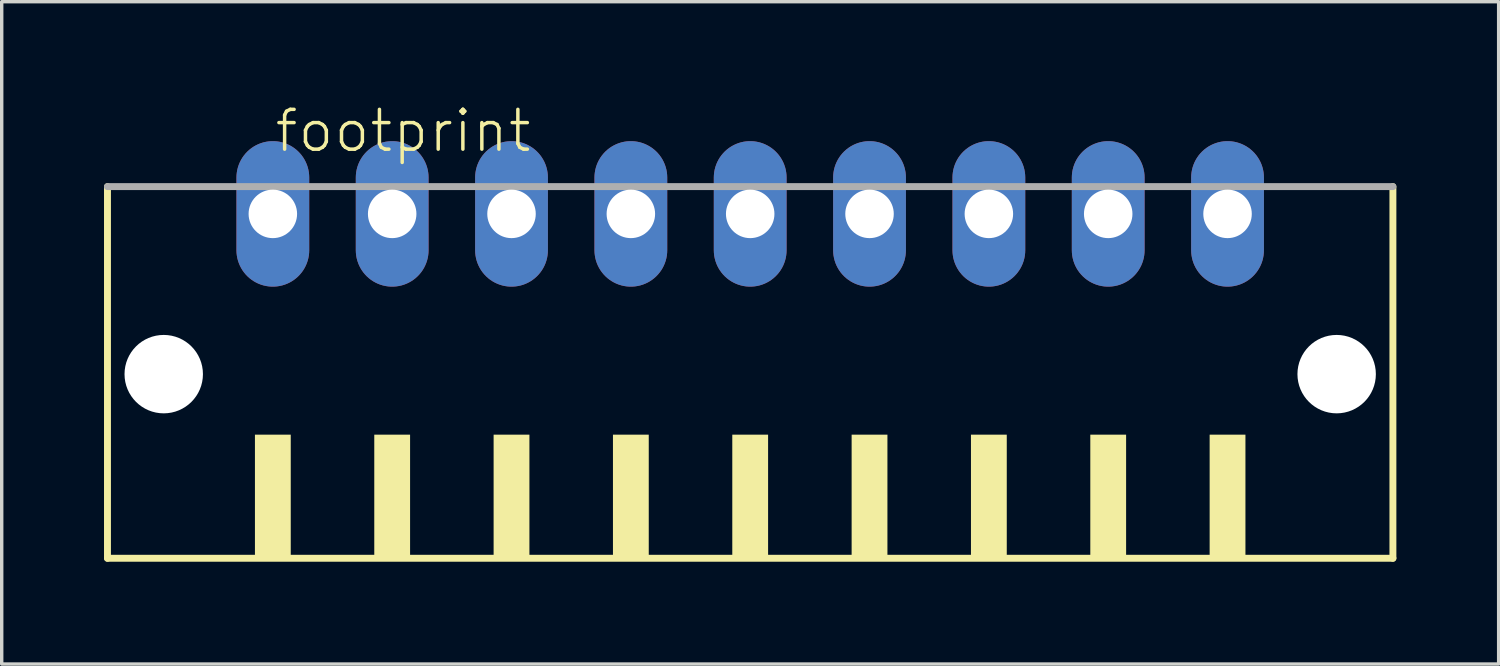
<source format=kicad_pcb>
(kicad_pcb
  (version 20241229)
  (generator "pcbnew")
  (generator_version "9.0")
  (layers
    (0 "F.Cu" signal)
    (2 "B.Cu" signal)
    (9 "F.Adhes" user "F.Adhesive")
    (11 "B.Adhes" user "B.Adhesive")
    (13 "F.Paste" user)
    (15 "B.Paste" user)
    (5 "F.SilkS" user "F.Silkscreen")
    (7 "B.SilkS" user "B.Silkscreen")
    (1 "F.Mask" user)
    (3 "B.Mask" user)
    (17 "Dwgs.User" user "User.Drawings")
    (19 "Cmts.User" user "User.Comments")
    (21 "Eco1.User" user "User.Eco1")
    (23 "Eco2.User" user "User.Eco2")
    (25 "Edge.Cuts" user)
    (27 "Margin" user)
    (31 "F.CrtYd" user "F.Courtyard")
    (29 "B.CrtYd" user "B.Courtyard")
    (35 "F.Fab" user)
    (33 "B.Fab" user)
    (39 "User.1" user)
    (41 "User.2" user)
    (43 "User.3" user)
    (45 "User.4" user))
  (footprint "footprint"
    (layer "F.Cu")
    (at 18.952 8.473)
    (property "Reference" "footprint" (at -14 -7 0) (layer "F.SilkS") (effects (font (size 1.168 1.168) (thickness 0.102)) (justify left bottom)))
    (fp_line (start -18.85 -6.05) (end -18.85 4.85) (stroke (width 0.203) (type solid)) (layer "F.SilkS"))
    (fp_line (start -18.85 4.85) (end 18.85 4.85) (stroke (width 0.203) (type solid)) (layer "F.SilkS"))
    (fp_line (start 18.85 4.85) (end 18.85 -6.05) (stroke (width 0.203) (type solid)) (layer "F.SilkS"))
    (fp_poly (pts (xy -14.525 4.9) (xy -13.475 4.9) (xy -13.475 1.225) (xy -14.525 1.225)) (stroke (width 0) (type solid)) (fill yes) (layer "F.SilkS"))
    (fp_poly (pts (xy -11.025 4.9) (xy -9.975 4.9) (xy -9.975 1.225) (xy -11.025 1.225)) (stroke (width 0) (type solid)) (fill yes) (layer "F.SilkS"))
    (fp_poly (pts (xy -7.525 4.9) (xy -6.475 4.9) (xy -6.475 1.225) (xy -7.525 1.225)) (stroke (width 0) (type solid)) (fill yes) (layer "F.SilkS"))
    (fp_poly (pts (xy -4.025 4.9) (xy -2.975 4.9) (xy -2.975 1.225) (xy -4.025 1.225)) (stroke (width 0) (type solid)) (fill yes) (layer "F.SilkS"))
    (fp_poly (pts (xy -0.525 4.9) (xy 0.525 4.9) (xy 0.525 1.225) (xy -0.525 1.225)) (stroke (width 0) (type solid)) (fill yes) (layer "F.SilkS"))
    (fp_poly (pts (xy 2.975 4.9) (xy 4.025 4.9) (xy 4.025 1.225) (xy 2.975 1.225)) (stroke (width 0) (type solid)) (fill yes) (layer "F.SilkS"))
    (fp_poly (pts (xy 6.475 4.9) (xy 7.525 4.9) (xy 7.525 1.225) (xy 6.475 1.225)) (stroke (width 0) (type solid)) (fill yes) (layer "F.SilkS"))
    (fp_poly (pts (xy 9.975 4.9) (xy 11.025 4.9) (xy 11.025 1.225) (xy 9.975 1.225)) (stroke (width 0) (type solid)) (fill yes) (layer "F.SilkS"))
    (fp_poly (pts (xy 13.475 4.9) (xy 14.525 4.9) (xy 14.525 1.225) (xy 13.475 1.225)) (stroke (width 0) (type solid)) (fill yes) (layer "F.SilkS"))
    (fp_line (start 18.85 -6.05) (end -18.85 -6.05) (stroke (width 0.203) (type solid)) (layer "F.Fab"))
    (pad "" np_thru_hole circle (at -17.2 -0.55) (size 2.3 2.3) (drill 2.3) (layers "*.Cu" "*.Mask"))
    (pad "" np_thru_hole circle (at 17.2 -0.55) (size 2.3 2.3) (drill 2.3) (layers "*.Cu" "*.Mask"))
    (pad "1" thru_hole oval (at -14 -5.25 90) (size 4.267 2.134) (drill 1.422) (layers "*.Cu" "*.Mask"))
    (pad "2" thru_hole oval (at -10.5 -5.25 90) (size 4.267 2.134) (drill 1.422) (layers "*.Cu" "*.Mask"))
    (pad "3" thru_hole oval (at -7 -5.25 90) (size 4.267 2.134) (drill 1.422) (layers "*.Cu" "*.Mask"))
    (pad "4" thru_hole oval (at -3.5 -5.25 90) (size 4.267 2.134) (drill 1.422) (layers "*.Cu" "*.Mask"))
    (pad "5" thru_hole oval (at 0 -5.25 90) (size 4.267 2.134) (drill 1.422) (layers "*.Cu" "*.Mask"))
    (pad "6" thru_hole oval (at 3.5 -5.25 90) (size 4.267 2.134) (drill 1.422) (layers "*.Cu" "*.Mask"))
    (pad "7" thru_hole oval (at 7 -5.25 90) (size 4.267 2.134) (drill 1.422) (layers "*.Cu" "*.Mask"))
    (pad "8" thru_hole oval (at 10.5 -5.25 90) (size 4.267 2.134) (drill 1.422) (layers "*.Cu" "*.Mask"))
    (pad "9" thru_hole oval (at 14 -5.25 90) (size 4.267 2.134) (drill 1.422) (layers "*.Cu" "*.Mask")))
  (gr_rect
    (start -3 -3)
    (end 40.903 16.425)
    (stroke (width 0.1) (type default))
    (fill no)
    (layer "Edge.Cuts")))
</source>
